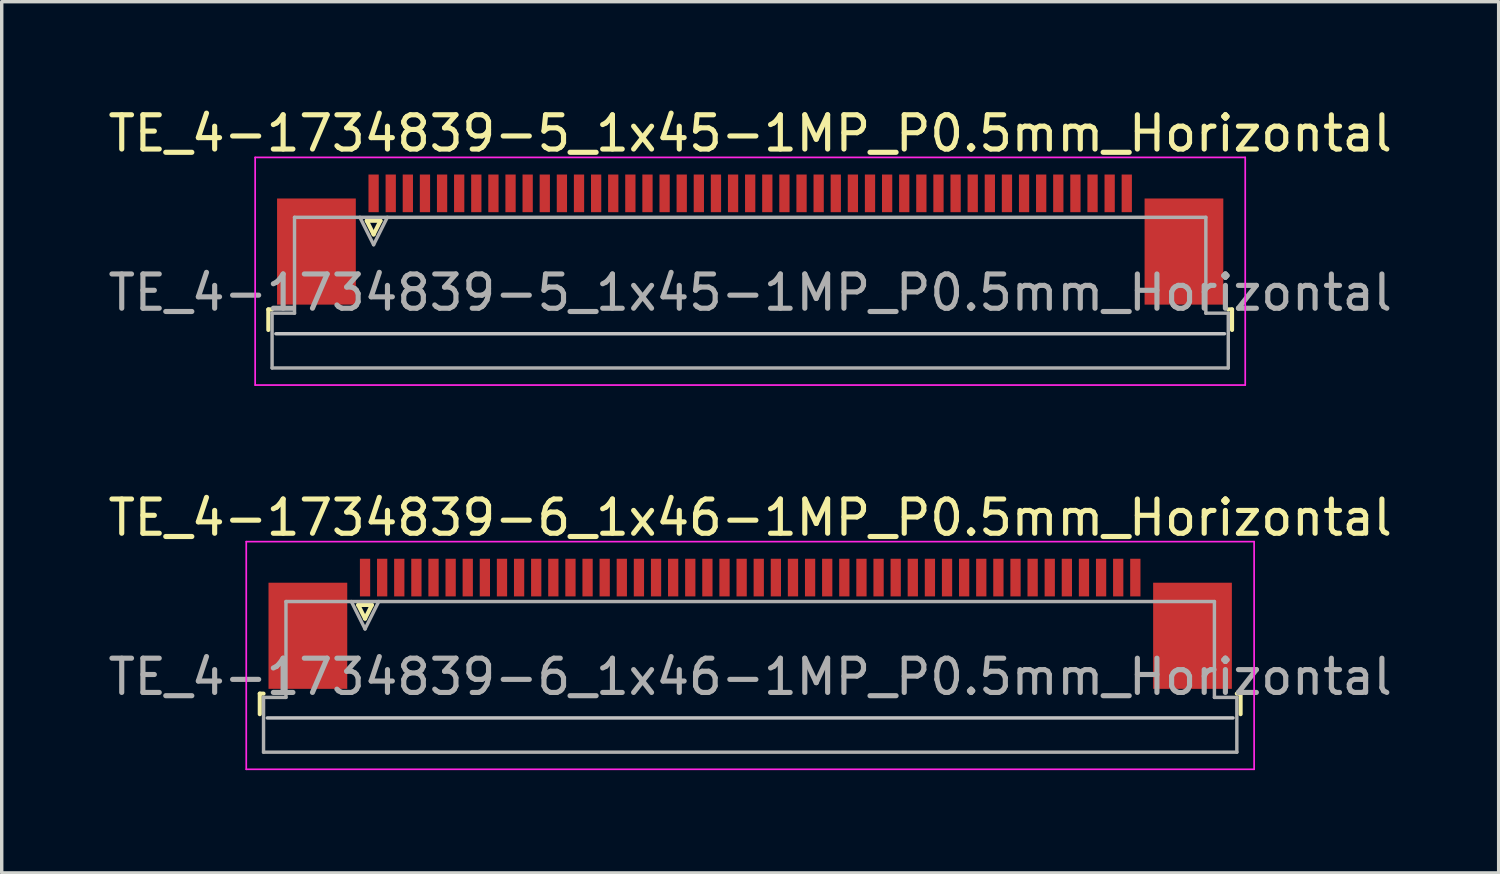
<source format=kicad_pcb>
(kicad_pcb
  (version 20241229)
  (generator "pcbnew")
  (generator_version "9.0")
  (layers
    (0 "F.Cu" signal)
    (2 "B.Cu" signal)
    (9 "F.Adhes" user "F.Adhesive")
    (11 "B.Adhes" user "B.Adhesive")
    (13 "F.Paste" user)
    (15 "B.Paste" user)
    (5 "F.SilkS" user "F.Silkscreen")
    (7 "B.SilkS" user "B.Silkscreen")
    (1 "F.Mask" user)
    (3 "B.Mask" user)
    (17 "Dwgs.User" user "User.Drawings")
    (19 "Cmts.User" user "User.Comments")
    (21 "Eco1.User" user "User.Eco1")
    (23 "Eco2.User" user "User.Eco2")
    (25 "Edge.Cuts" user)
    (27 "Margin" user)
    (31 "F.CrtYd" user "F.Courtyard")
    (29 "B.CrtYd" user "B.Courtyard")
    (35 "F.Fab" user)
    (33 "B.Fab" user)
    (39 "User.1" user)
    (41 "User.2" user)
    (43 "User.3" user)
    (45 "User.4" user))
  (footprint "TE_4-1734839-6_1x46-1MP_P0.5mm_Horizontal"
    (layer "F.Cu")
    (at 18.863 15.171)
    (property "Reference" "TE_4-1734839-6_1x46-1MP_P0.5mm_Horizontal" (at 0 -3.1 0) (layer "F.SilkS") (effects (font (size 1 1) (thickness 0.15))))
    (attr smd)
    (fp_line (start -14.325 2.04) (end -14.325 2.64) (stroke (width 0.12) (type solid)) (layer "F.SilkS"))
    (fp_line (start -14.215 2.04) (end -14.325 2.04) (stroke (width 0.12) (type solid)) (layer "F.SilkS"))
    (fp_line (start -11.45 -0.55) (end -11.25 -0.15) (stroke (width 0.12) (type solid)) (layer "F.SilkS"))
    (fp_line (start -11.25 -0.15) (end -11.05 -0.55) (stroke (width 0.12) (type solid)) (layer "F.SilkS"))
    (fp_line (start -11.05 -0.55) (end -11.45 -0.55) (stroke (width 0.12) (type solid)) (layer "F.SilkS"))
    (fp_line (start 14.215 2.04) (end 14.325 2.04) (stroke (width 0.12) (type solid)) (layer "F.SilkS"))
    (fp_line (start 14.325 2.04) (end 14.325 2.64) (stroke (width 0.12) (type solid)) (layer "F.SilkS"))
    (fp_line (start 14.105 2.75) (end -14.105 2.75) (stroke (width 0.1) (type solid)) (layer "Dwgs.User"))
    (fp_line (start -14.72 -2.4) (end -14.72 4.25) (stroke (width 0.05) (type solid)) (layer "F.CrtYd"))
    (fp_line (start -14.72 4.25) (end 14.72 4.25) (stroke (width 0.05) (type solid)) (layer "F.CrtYd"))
    (fp_line (start 14.72 -2.4) (end -14.72 -2.4) (stroke (width 0.05) (type solid)) (layer "F.CrtYd"))
    (fp_line (start 14.72 4.25) (end 14.72 -2.4) (stroke (width 0.05) (type solid)) (layer "F.CrtYd"))
    (fp_line (start -14.215 2.15) (end -13.56 2.15) (stroke (width 0.1) (type solid)) (layer "F.Fab"))
    (fp_line (start -14.215 3.75) (end -14.215 2.15) (stroke (width 0.1) (type solid)) (layer "F.Fab"))
    (fp_line (start -13.56 -0.65) (end 13.56 -0.65) (stroke (width 0.1) (type solid)) (layer "F.Fab"))
    (fp_line (start -13.56 2.15) (end -13.56 -0.65) (stroke (width 0.1) (type solid)) (layer "F.Fab"))
    (fp_line (start -11.65 -0.65) (end -11.25 0.15) (stroke (width 0.1) (type solid)) (layer "F.Fab"))
    (fp_line (start -11.25 0.15) (end -10.85 -0.65) (stroke (width 0.1) (type solid)) (layer "F.Fab"))
    (fp_line (start 13.56 -0.65) (end 13.56 2.15) (stroke (width 0.1) (type solid)) (layer "F.Fab"))
    (fp_line (start 13.56 2.15) (end 14.215 2.15) (stroke (width 0.1) (type solid)) (layer "F.Fab"))
    (fp_line (start 14.215 2.15) (end 14.215 3.75) (stroke (width 0.1) (type solid)) (layer "F.Fab"))
    (fp_line (start 14.215 3.75) (end -14.215 3.75) (stroke (width 0.1) (type solid)) (layer "F.Fab"))
    (fp_text user "${REFERENCE}" (at 0 1.55 0) (layer "F.Fab") (effects (font (size 1 1) (thickness 0.15))))
    (pad "1" smd rect (at -11.25 -1.35) (size 0.3 1.1) (layers "F.Cu" "F.Mask" "F.Paste"))
    (pad "2" smd rect (at -10.75 -1.35) (size 0.3 1.1) (layers "F.Cu" "F.Mask" "F.Paste"))
    (pad "3" smd rect (at -10.25 -1.35) (size 0.3 1.1) (layers "F.Cu" "F.Mask" "F.Paste"))
    (pad "4" smd rect (at -9.75 -1.35) (size 0.3 1.1) (layers "F.Cu" "F.Mask" "F.Paste"))
    (pad "5" smd rect (at -9.25 -1.35) (size 0.3 1.1) (layers "F.Cu" "F.Mask" "F.Paste"))
    (pad "6" smd rect (at -8.75 -1.35) (size 0.3 1.1) (layers "F.Cu" "F.Mask" "F.Paste"))
    (pad "7" smd rect (at -8.25 -1.35) (size 0.3 1.1) (layers "F.Cu" "F.Mask" "F.Paste"))
    (pad "8" smd rect (at -7.75 -1.35) (size 0.3 1.1) (layers "F.Cu" "F.Mask" "F.Paste"))
    (pad "9" smd rect (at -7.25 -1.35) (size 0.3 1.1) (layers "F.Cu" "F.Mask" "F.Paste"))
    (pad "10" smd rect (at -6.75 -1.35) (size 0.3 1.1) (layers "F.Cu" "F.Mask" "F.Paste"))
    (pad "11" smd rect (at -6.25 -1.35) (size 0.3 1.1) (layers "F.Cu" "F.Mask" "F.Paste"))
    (pad "12" smd rect (at -5.75 -1.35) (size 0.3 1.1) (layers "F.Cu" "F.Mask" "F.Paste"))
    (pad "13" smd rect (at -5.25 -1.35) (size 0.3 1.1) (layers "F.Cu" "F.Mask" "F.Paste"))
    (pad "14" smd rect (at -4.75 -1.35) (size 0.3 1.1) (layers "F.Cu" "F.Mask" "F.Paste"))
    (pad "15" smd rect (at -4.25 -1.35) (size 0.3 1.1) (layers "F.Cu" "F.Mask" "F.Paste"))
    (pad "16" smd rect (at -3.75 -1.35) (size 0.3 1.1) (layers "F.Cu" "F.Mask" "F.Paste"))
    (pad "17" smd rect (at -3.25 -1.35) (size 0.3 1.1) (layers "F.Cu" "F.Mask" "F.Paste"))
    (pad "18" smd rect (at -2.75 -1.35) (size 0.3 1.1) (layers "F.Cu" "F.Mask" "F.Paste"))
    (pad "19" smd rect (at -2.25 -1.35) (size 0.3 1.1) (layers "F.Cu" "F.Mask" "F.Paste"))
    (pad "20" smd rect (at -1.75 -1.35) (size 0.3 1.1) (layers "F.Cu" "F.Mask" "F.Paste"))
    (pad "21" smd rect (at -1.25 -1.35) (size 0.3 1.1) (layers "F.Cu" "F.Mask" "F.Paste"))
    (pad "22" smd rect (at -0.75 -1.35) (size 0.3 1.1) (layers "F.Cu" "F.Mask" "F.Paste"))
    (pad "23" smd rect (at -0.25 -1.35) (size 0.3 1.1) (layers "F.Cu" "F.Mask" "F.Paste"))
    (pad "24" smd rect (at 0.25 -1.35) (size 0.3 1.1) (layers "F.Cu" "F.Mask" "F.Paste"))
    (pad "25" smd rect (at 0.75 -1.35) (size 0.3 1.1) (layers "F.Cu" "F.Mask" "F.Paste"))
    (pad "26" smd rect (at 1.25 -1.35) (size 0.3 1.1) (layers "F.Cu" "F.Mask" "F.Paste"))
    (pad "27" smd rect (at 1.75 -1.35) (size 0.3 1.1) (layers "F.Cu" "F.Mask" "F.Paste"))
    (pad "28" smd rect (at 2.25 -1.35) (size 0.3 1.1) (layers "F.Cu" "F.Mask" "F.Paste"))
    (pad "29" smd rect (at 2.75 -1.35) (size 0.3 1.1) (layers "F.Cu" "F.Mask" "F.Paste"))
    (pad "30" smd rect (at 3.25 -1.35) (size 0.3 1.1) (layers "F.Cu" "F.Mask" "F.Paste"))
    (pad "31" smd rect (at 3.75 -1.35) (size 0.3 1.1) (layers "F.Cu" "F.Mask" "F.Paste"))
    (pad "32" smd rect (at 4.25 -1.35) (size 0.3 1.1) (layers "F.Cu" "F.Mask" "F.Paste"))
    (pad "33" smd rect (at 4.75 -1.35) (size 0.3 1.1) (layers "F.Cu" "F.Mask" "F.Paste"))
    (pad "34" smd rect (at 5.25 -1.35) (size 0.3 1.1) (layers "F.Cu" "F.Mask" "F.Paste"))
    (pad "35" smd rect (at 5.75 -1.35) (size 0.3 1.1) (layers "F.Cu" "F.Mask" "F.Paste"))
    (pad "36" smd rect (at 6.25 -1.35) (size 0.3 1.1) (layers "F.Cu" "F.Mask" "F.Paste"))
    (pad "37" smd rect (at 6.75 -1.35) (size 0.3 1.1) (layers "F.Cu" "F.Mask" "F.Paste"))
    (pad "38" smd rect (at 7.25 -1.35) (size 0.3 1.1) (layers "F.Cu" "F.Mask" "F.Paste"))
    (pad "39" smd rect (at 7.75 -1.35) (size 0.3 1.1) (layers "F.Cu" "F.Mask" "F.Paste"))
    (pad "40" smd rect (at 8.25 -1.35) (size 0.3 1.1) (layers "F.Cu" "F.Mask" "F.Paste"))
    (pad "41" smd rect (at 8.75 -1.35) (size 0.3 1.1) (layers "F.Cu" "F.Mask" "F.Paste"))
    (pad "42" smd rect (at 9.25 -1.35) (size 0.3 1.1) (layers "F.Cu" "F.Mask" "F.Paste"))
    (pad "43" smd rect (at 9.75 -1.35) (size 0.3 1.1) (layers "F.Cu" "F.Mask" "F.Paste"))
    (pad "44" smd rect (at 10.25 -1.35) (size 0.3 1.1) (layers "F.Cu" "F.Mask" "F.Paste"))
    (pad "45" smd rect (at 10.75 -1.35) (size 0.3 1.1) (layers "F.Cu" "F.Mask" "F.Paste"))
    (pad "46" smd rect (at 11.25 -1.35) (size 0.3 1.1) (layers "F.Cu" "F.Mask" "F.Paste"))
    (pad "MP" smd rect (at -12.92 0.35) (size 2.3 3.1) (layers "F.Cu" "F.Mask" "F.Paste"))
    (pad "MP" smd rect (at 12.92 0.35) (size 2.3 3.1) (layers "F.Cu" "F.Mask" "F.Paste")))
  (footprint "TE_4-1734839-5_1x45-1MP_P0.5mm_Horizontal"
    (layer "F.Cu")
    (at 18.863 3.948)
    (property "Reference" "TE_4-1734839-5_1x45-1MP_P0.5mm_Horizontal" (at 0 -3.1 0) (layer "F.SilkS") (effects (font (size 1 1) (thickness 0.15))))
    (attr smd)
    (fp_line (start -14.075 2.04) (end -14.075 2.64) (stroke (width 0.12) (type solid)) (layer "F.SilkS"))
    (fp_line (start -13.965 2.04) (end -14.075 2.04) (stroke (width 0.12) (type solid)) (layer "F.SilkS"))
    (fp_line (start -11.2 -0.55) (end -11 -0.15) (stroke (width 0.12) (type solid)) (layer "F.SilkS"))
    (fp_line (start -11 -0.15) (end -10.8 -0.55) (stroke (width 0.12) (type solid)) (layer "F.SilkS"))
    (fp_line (start -10.8 -0.55) (end -11.2 -0.55) (stroke (width 0.12) (type solid)) (layer "F.SilkS"))
    (fp_line (start 13.965 2.04) (end 14.075 2.04) (stroke (width 0.12) (type solid)) (layer "F.SilkS"))
    (fp_line (start 14.075 2.04) (end 14.075 2.64) (stroke (width 0.12) (type solid)) (layer "F.SilkS"))
    (fp_line (start 13.855 2.75) (end -13.855 2.75) (stroke (width 0.1) (type solid)) (layer "Dwgs.User"))
    (fp_line (start -14.46 -2.4) (end -14.46 4.25) (stroke (width 0.05) (type solid)) (layer "F.CrtYd"))
    (fp_line (start -14.46 4.25) (end 14.46 4.25) (stroke (width 0.05) (type solid)) (layer "F.CrtYd"))
    (fp_line (start 14.46 -2.4) (end -14.46 -2.4) (stroke (width 0.05) (type solid)) (layer "F.CrtYd"))
    (fp_line (start 14.46 4.25) (end 14.46 -2.4) (stroke (width 0.05) (type solid)) (layer "F.CrtYd"))
    (fp_line (start -13.965 2.15) (end -13.31 2.15) (stroke (width 0.1) (type solid)) (layer "F.Fab"))
    (fp_line (start -13.965 3.75) (end -13.965 2.15) (stroke (width 0.1) (type solid)) (layer "F.Fab"))
    (fp_line (start -13.31 -0.65) (end 13.31 -0.65) (stroke (width 0.1) (type solid)) (layer "F.Fab"))
    (fp_line (start -13.31 2.15) (end -13.31 -0.65) (stroke (width 0.1) (type solid)) (layer "F.Fab"))
    (fp_line (start -11.4 -0.65) (end -11 0.15) (stroke (width 0.1) (type solid)) (layer "F.Fab"))
    (fp_line (start -11 0.15) (end -10.6 -0.65) (stroke (width 0.1) (type solid)) (layer "F.Fab"))
    (fp_line (start 13.31 -0.65) (end 13.31 2.15) (stroke (width 0.1) (type solid)) (layer "F.Fab"))
    (fp_line (start 13.31 2.15) (end 13.965 2.15) (stroke (width 0.1) (type solid)) (layer "F.Fab"))
    (fp_line (start 13.965 2.15) (end 13.965 3.75) (stroke (width 0.1) (type solid)) (layer "F.Fab"))
    (fp_line (start 13.965 3.75) (end -13.965 3.75) (stroke (width 0.1) (type solid)) (layer "F.Fab"))
    (fp_text user "${REFERENCE}" (at 0 1.55 0) (layer "F.Fab") (effects (font (size 1 1) (thickness 0.15))))
    (pad "1" smd rect (at -11 -1.35) (size 0.3 1.1) (layers "F.Cu" "F.Mask" "F.Paste"))
    (pad "2" smd rect (at -10.5 -1.35) (size 0.3 1.1) (layers "F.Cu" "F.Mask" "F.Paste"))
    (pad "3" smd rect (at -10 -1.35) (size 0.3 1.1) (layers "F.Cu" "F.Mask" "F.Paste"))
    (pad "4" smd rect (at -9.5 -1.35) (size 0.3 1.1) (layers "F.Cu" "F.Mask" "F.Paste"))
    (pad "5" smd rect (at -9 -1.35) (size 0.3 1.1) (layers "F.Cu" "F.Mask" "F.Paste"))
    (pad "6" smd rect (at -8.5 -1.35) (size 0.3 1.1) (layers "F.Cu" "F.Mask" "F.Paste"))
    (pad "7" smd rect (at -8 -1.35) (size 0.3 1.1) (layers "F.Cu" "F.Mask" "F.Paste"))
    (pad "8" smd rect (at -7.5 -1.35) (size 0.3 1.1) (layers "F.Cu" "F.Mask" "F.Paste"))
    (pad "9" smd rect (at -7 -1.35) (size 0.3 1.1) (layers "F.Cu" "F.Mask" "F.Paste"))
    (pad "10" smd rect (at -6.5 -1.35) (size 0.3 1.1) (layers "F.Cu" "F.Mask" "F.Paste"))
    (pad "11" smd rect (at -6 -1.35) (size 0.3 1.1) (layers "F.Cu" "F.Mask" "F.Paste"))
    (pad "12" smd rect (at -5.5 -1.35) (size 0.3 1.1) (layers "F.Cu" "F.Mask" "F.Paste"))
    (pad "13" smd rect (at -5 -1.35) (size 0.3 1.1) (layers "F.Cu" "F.Mask" "F.Paste"))
    (pad "14" smd rect (at -4.5 -1.35) (size 0.3 1.1) (layers "F.Cu" "F.Mask" "F.Paste"))
    (pad "15" smd rect (at -4 -1.35) (size 0.3 1.1) (layers "F.Cu" "F.Mask" "F.Paste"))
    (pad "16" smd rect (at -3.5 -1.35) (size 0.3 1.1) (layers "F.Cu" "F.Mask" "F.Paste"))
    (pad "17" smd rect (at -3 -1.35) (size 0.3 1.1) (layers "F.Cu" "F.Mask" "F.Paste"))
    (pad "18" smd rect (at -2.5 -1.35) (size 0.3 1.1) (layers "F.Cu" "F.Mask" "F.Paste"))
    (pad "19" smd rect (at -2 -1.35) (size 0.3 1.1) (layers "F.Cu" "F.Mask" "F.Paste"))
    (pad "20" smd rect (at -1.5 -1.35) (size 0.3 1.1) (layers "F.Cu" "F.Mask" "F.Paste"))
    (pad "21" smd rect (at -1 -1.35) (size 0.3 1.1) (layers "F.Cu" "F.Mask" "F.Paste"))
    (pad "22" smd rect (at -0.5 -1.35) (size 0.3 1.1) (layers "F.Cu" "F.Mask" "F.Paste"))
    (pad "23" smd rect (at 0 -1.35) (size 0.3 1.1) (layers "F.Cu" "F.Mask" "F.Paste"))
    (pad "24" smd rect (at 0.5 -1.35) (size 0.3 1.1) (layers "F.Cu" "F.Mask" "F.Paste"))
    (pad "25" smd rect (at 1 -1.35) (size 0.3 1.1) (layers "F.Cu" "F.Mask" "F.Paste"))
    (pad "26" smd rect (at 1.5 -1.35) (size 0.3 1.1) (layers "F.Cu" "F.Mask" "F.Paste"))
    (pad "27" smd rect (at 2 -1.35) (size 0.3 1.1) (layers "F.Cu" "F.Mask" "F.Paste"))
    (pad "28" smd rect (at 2.5 -1.35) (size 0.3 1.1) (layers "F.Cu" "F.Mask" "F.Paste"))
    (pad "29" smd rect (at 3 -1.35) (size 0.3 1.1) (layers "F.Cu" "F.Mask" "F.Paste"))
    (pad "30" smd rect (at 3.5 -1.35) (size 0.3 1.1) (layers "F.Cu" "F.Mask" "F.Paste"))
    (pad "31" smd rect (at 4 -1.35) (size 0.3 1.1) (layers "F.Cu" "F.Mask" "F.Paste"))
    (pad "32" smd rect (at 4.5 -1.35) (size 0.3 1.1) (layers "F.Cu" "F.Mask" "F.Paste"))
    (pad "33" smd rect (at 5 -1.35) (size 0.3 1.1) (layers "F.Cu" "F.Mask" "F.Paste"))
    (pad "34" smd rect (at 5.5 -1.35) (size 0.3 1.1) (layers "F.Cu" "F.Mask" "F.Paste"))
    (pad "35" smd rect (at 6 -1.35) (size 0.3 1.1) (layers "F.Cu" "F.Mask" "F.Paste"))
    (pad "36" smd rect (at 6.5 -1.35) (size 0.3 1.1) (layers "F.Cu" "F.Mask" "F.Paste"))
    (pad "37" smd rect (at 7 -1.35) (size 0.3 1.1) (layers "F.Cu" "F.Mask" "F.Paste"))
    (pad "38" smd rect (at 7.5 -1.35) (size 0.3 1.1) (layers "F.Cu" "F.Mask" "F.Paste"))
    (pad "39" smd rect (at 8 -1.35) (size 0.3 1.1) (layers "F.Cu" "F.Mask" "F.Paste"))
    (pad "40" smd rect (at 8.5 -1.35) (size 0.3 1.1) (layers "F.Cu" "F.Mask" "F.Paste"))
    (pad "41" smd rect (at 9 -1.35) (size 0.3 1.1) (layers "F.Cu" "F.Mask" "F.Paste"))
    (pad "42" smd rect (at 9.5 -1.35) (size 0.3 1.1) (layers "F.Cu" "F.Mask" "F.Paste"))
    (pad "43" smd rect (at 10 -1.35) (size 0.3 1.1) (layers "F.Cu" "F.Mask" "F.Paste"))
    (pad "44" smd rect (at 10.5 -1.35) (size 0.3 1.1) (layers "F.Cu" "F.Mask" "F.Paste"))
    (pad "45" smd rect (at 11 -1.35) (size 0.3 1.1) (layers "F.Cu" "F.Mask" "F.Paste"))
    (pad "MP" smd rect (at -12.67 0.35) (size 2.3 3.1) (layers "F.Cu" "F.Mask" "F.Paste"))
    (pad "MP" smd rect (at 12.67 0.35) (size 2.3 3.1) (layers "F.Cu" "F.Mask" "F.Paste")))
  (gr_rect
    (start -3 -3)
    (end 40.726 22.447)
    (stroke (width 0.1) (type default))
    (fill no)
    (layer "Edge.Cuts")))
</source>
